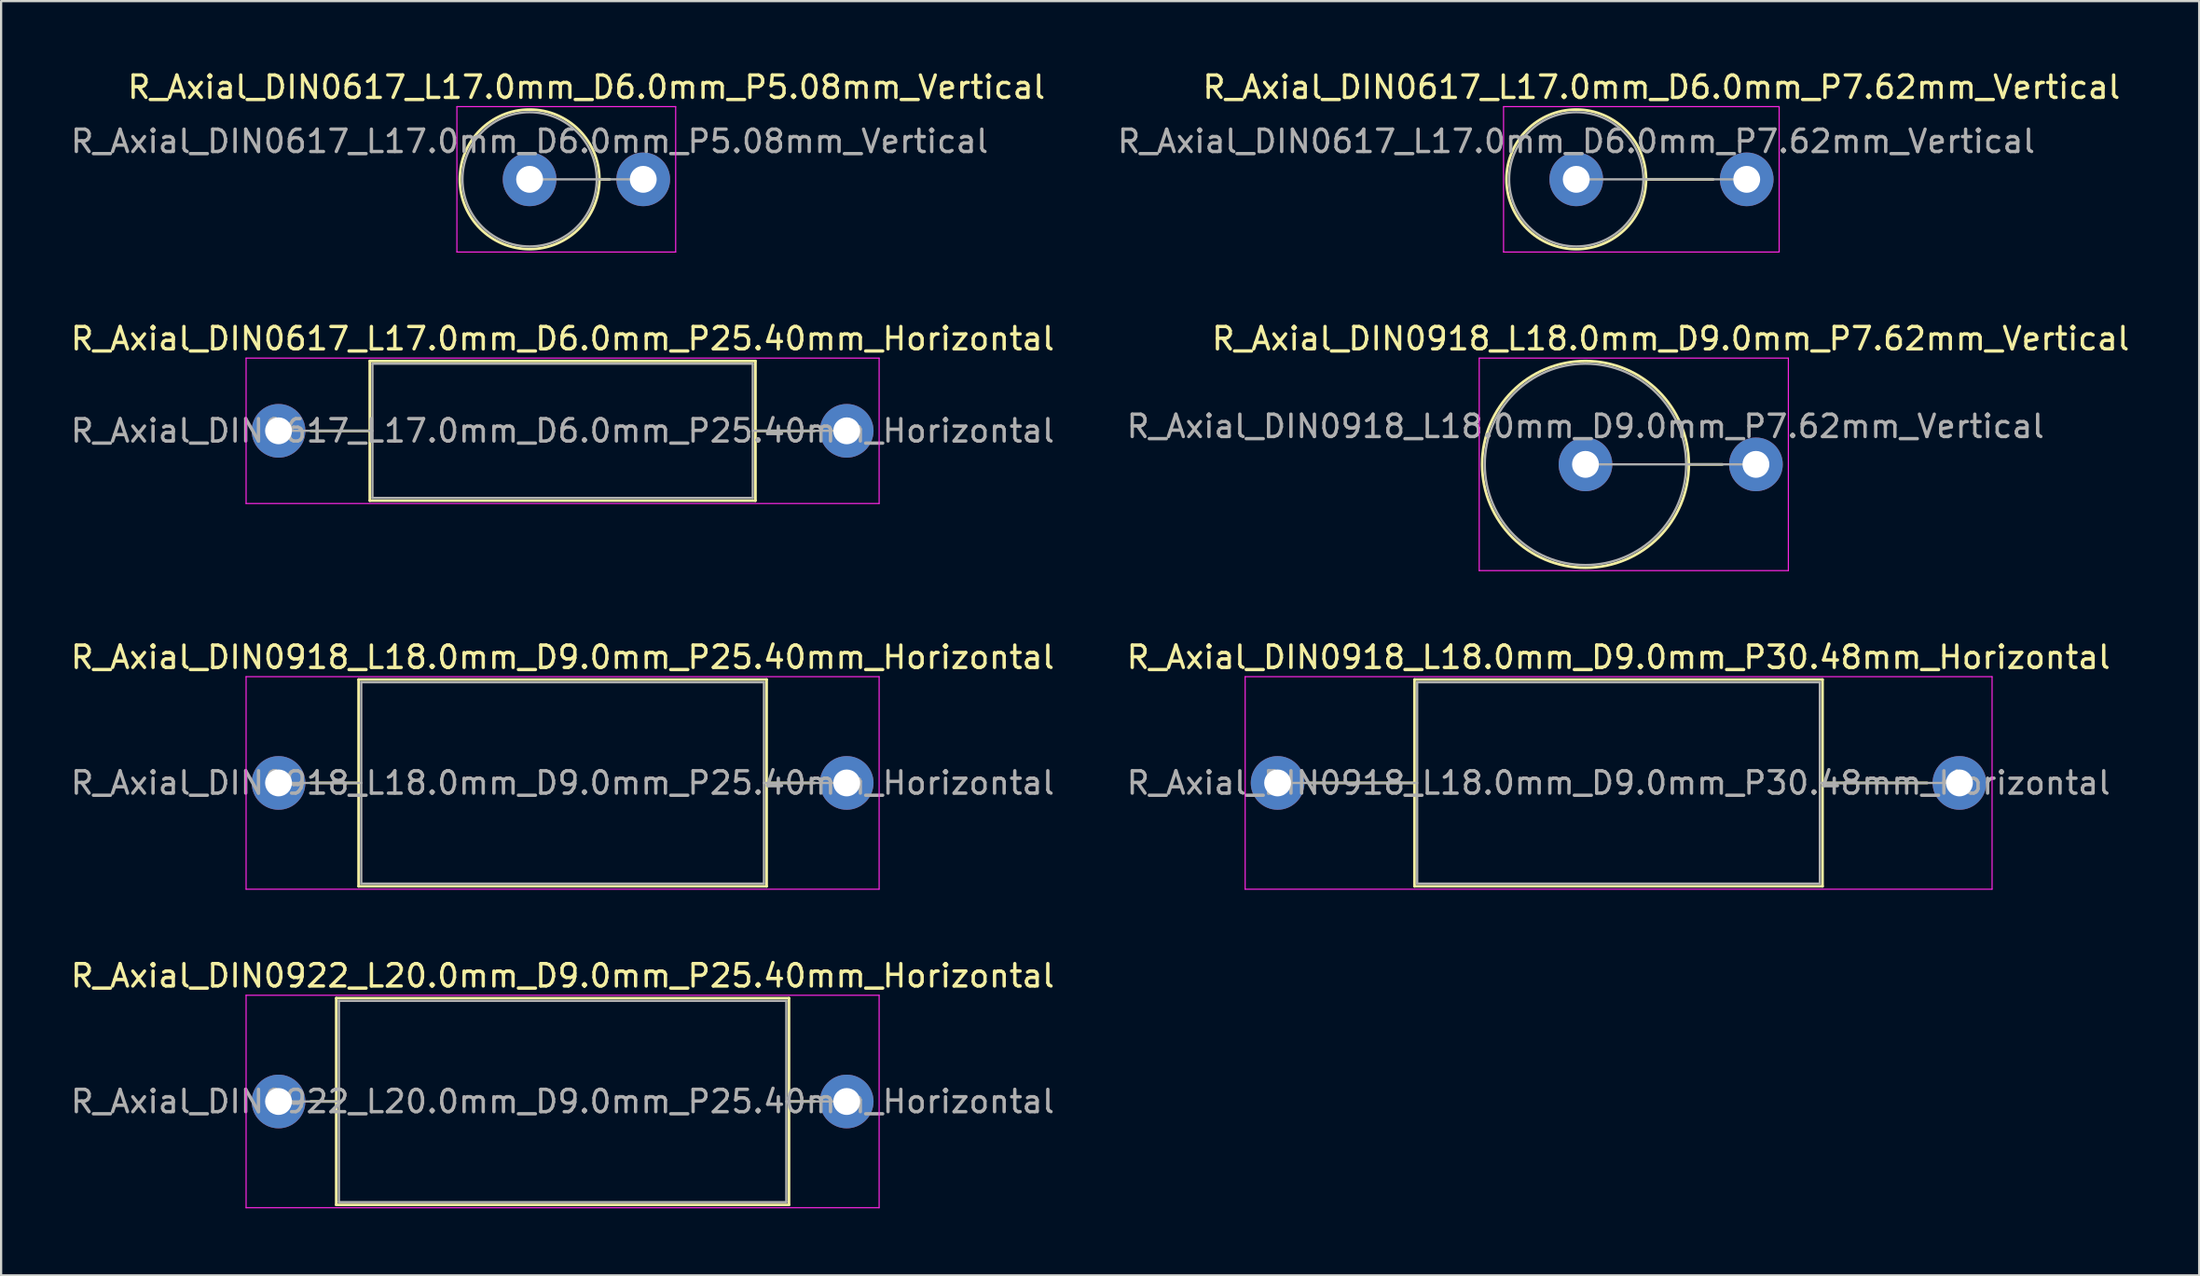
<source format=kicad_pcb>
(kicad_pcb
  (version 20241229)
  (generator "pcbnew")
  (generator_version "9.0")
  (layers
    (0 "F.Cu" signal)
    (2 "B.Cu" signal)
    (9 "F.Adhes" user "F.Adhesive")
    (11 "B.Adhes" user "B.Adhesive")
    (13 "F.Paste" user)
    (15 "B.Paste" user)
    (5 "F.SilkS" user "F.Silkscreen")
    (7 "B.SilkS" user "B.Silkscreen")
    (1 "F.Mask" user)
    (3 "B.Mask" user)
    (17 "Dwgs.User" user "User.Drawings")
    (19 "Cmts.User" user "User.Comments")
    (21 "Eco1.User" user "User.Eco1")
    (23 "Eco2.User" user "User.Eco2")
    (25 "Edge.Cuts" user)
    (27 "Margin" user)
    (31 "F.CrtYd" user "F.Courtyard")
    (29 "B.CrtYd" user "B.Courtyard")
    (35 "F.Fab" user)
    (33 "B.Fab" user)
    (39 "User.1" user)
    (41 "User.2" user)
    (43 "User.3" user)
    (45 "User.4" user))
  (footprint "R_Axial_DIN0617_L17.0mm_D6.0mm_P25.40mm_Horizontal"
    (layer "F.Cu")
    (at 9.401 16.212)
    (property "Reference" "R_Axial_DIN0617_L17.0mm_D6.0mm_P25.40mm_Horizontal" (at 12.7 -4.12 0) (layer "F.SilkS") (effects (font (size 1 1) (thickness 0.15))))
    (attr through_hole)
    (fp_line (start 1.44 0) (end 4.08 0) (stroke (width 0.12) (type solid)) (layer "F.SilkS"))
    (fp_line (start 4.08 -3.12) (end 4.08 3.12) (stroke (width 0.12) (type solid)) (layer "F.SilkS"))
    (fp_line (start 4.08 3.12) (end 21.32 3.12) (stroke (width 0.12) (type solid)) (layer "F.SilkS"))
    (fp_line (start 21.32 -3.12) (end 4.08 -3.12) (stroke (width 0.12) (type solid)) (layer "F.SilkS"))
    (fp_line (start 21.32 3.12) (end 21.32 -3.12) (stroke (width 0.12) (type solid)) (layer "F.SilkS"))
    (fp_line (start 23.96 0) (end 21.32 0) (stroke (width 0.12) (type solid)) (layer "F.SilkS"))
    (fp_line (start -1.45 -3.25) (end -1.45 3.25) (stroke (width 0.05) (type solid)) (layer "F.CrtYd"))
    (fp_line (start -1.45 3.25) (end 26.85 3.25) (stroke (width 0.05) (type solid)) (layer "F.CrtYd"))
    (fp_line (start 26.85 -3.25) (end -1.45 -3.25) (stroke (width 0.05) (type solid)) (layer "F.CrtYd"))
    (fp_line (start 26.85 3.25) (end 26.85 -3.25) (stroke (width 0.05) (type solid)) (layer "F.CrtYd"))
    (fp_line (start 0 0) (end 4.2 0) (stroke (width 0.1) (type solid)) (layer "F.Fab"))
    (fp_line (start 4.2 -3) (end 4.2 3) (stroke (width 0.1) (type solid)) (layer "F.Fab"))
    (fp_line (start 4.2 3) (end 21.2 3) (stroke (width 0.1) (type solid)) (layer "F.Fab"))
    (fp_line (start 21.2 -3) (end 4.2 -3) (stroke (width 0.1) (type solid)) (layer "F.Fab"))
    (fp_line (start 21.2 3) (end 21.2 -3) (stroke (width 0.1) (type solid)) (layer "F.Fab"))
    (fp_line (start 25.4 0) (end 21.2 0) (stroke (width 0.1) (type solid)) (layer "F.Fab"))
    (fp_text user "${REFERENCE}" (at 12.7 0 0) (layer "F.Fab") (effects (font (size 1 1) (thickness 0.15))))
    (pad "1" thru_hole circle (at 0 0) (size 2.4 2.4) (drill 1.2) (layers "*.Cu" "*.Mask"))
    (pad "2" thru_hole oval (at 25.4 0) (size 2.4 2.4) (drill 1.2) (layers "*.Cu" "*.Mask")))
  (footprint "R_Axial_DIN0918_L18.0mm_D9.0mm_P7.62mm_Vertical"
    (layer "F.Cu")
    (at 67.827 17.712)
    (property "Reference" "R_Axial_DIN0918_L18.0mm_D9.0mm_P7.62mm_Vertical" (at 3.81 -5.62 0) (layer "F.SilkS") (effects (font (size 1 1) (thickness 0.15))))
    (attr through_hole)
    (fp_line (start 4.62 0) (end 6.12 0) (stroke (width 0.12) (type solid)) (layer "F.SilkS"))
    (fp_circle (center 0 0) (end 4.62 0) (stroke (width 0.12) (type solid)) (fill no) (layer "F.SilkS"))
    (fp_line (start -4.75 -4.75) (end -4.75 4.75) (stroke (width 0.05) (type solid)) (layer "F.CrtYd"))
    (fp_line (start -4.75 4.75) (end 9.07 4.75) (stroke (width 0.05) (type solid)) (layer "F.CrtYd"))
    (fp_line (start 9.07 -4.75) (end -4.75 -4.75) (stroke (width 0.05) (type solid)) (layer "F.CrtYd"))
    (fp_line (start 9.07 4.75) (end 9.07 -4.75) (stroke (width 0.05) (type solid)) (layer "F.CrtYd"))
    (fp_line (start 0 0) (end 7.62 0) (stroke (width 0.1) (type solid)) (layer "F.Fab"))
    (fp_circle (center 0 0) (end 4.5 0) (stroke (width 0.1) (type solid)) (fill no) (layer "F.Fab"))
    (fp_text user "${REFERENCE}" (at 0 -1.7 0) (layer "F.Fab") (effects (font (size 1 1) (thickness 0.15))))
    (pad "1" thru_hole circle (at 0 0) (size 2.4 2.4) (drill 1.2) (layers "*.Cu" "*.Mask"))
    (pad "2" thru_hole oval (at 7.62 0) (size 2.4 2.4) (drill 1.2) (layers "*.Cu" "*.Mask")))
  (footprint "R_Axial_DIN0922_L20.0mm_D9.0mm_P25.40mm_Horizontal"
    (layer "F.Cu")
    (at 9.401 46.198)
    (property "Reference" "R_Axial_DIN0922_L20.0mm_D9.0mm_P25.40mm_Horizontal" (at 12.7 -5.62 0) (layer "F.SilkS") (effects (font (size 1 1) (thickness 0.15))))
    (attr through_hole)
    (fp_line (start 1.44 0) (end 2.58 0) (stroke (width 0.12) (type solid)) (layer "F.SilkS"))
    (fp_line (start 2.58 -4.62) (end 2.58 4.62) (stroke (width 0.12) (type solid)) (layer "F.SilkS"))
    (fp_line (start 2.58 4.62) (end 22.82 4.62) (stroke (width 0.12) (type solid)) (layer "F.SilkS"))
    (fp_line (start 22.82 -4.62) (end 2.58 -4.62) (stroke (width 0.12) (type solid)) (layer "F.SilkS"))
    (fp_line (start 22.82 4.62) (end 22.82 -4.62) (stroke (width 0.12) (type solid)) (layer "F.SilkS"))
    (fp_line (start 23.96 0) (end 22.82 0) (stroke (width 0.12) (type solid)) (layer "F.SilkS"))
    (fp_line (start -1.45 -4.75) (end -1.45 4.75) (stroke (width 0.05) (type solid)) (layer "F.CrtYd"))
    (fp_line (start -1.45 4.75) (end 26.85 4.75) (stroke (width 0.05) (type solid)) (layer "F.CrtYd"))
    (fp_line (start 26.85 -4.75) (end -1.45 -4.75) (stroke (width 0.05) (type solid)) (layer "F.CrtYd"))
    (fp_line (start 26.85 4.75) (end 26.85 -4.75) (stroke (width 0.05) (type solid)) (layer "F.CrtYd"))
    (fp_line (start 0 0) (end 2.7 0) (stroke (width 0.1) (type solid)) (layer "F.Fab"))
    (fp_line (start 2.7 -4.5) (end 2.7 4.5) (stroke (width 0.1) (type solid)) (layer "F.Fab"))
    (fp_line (start 2.7 4.5) (end 22.7 4.5) (stroke (width 0.1) (type solid)) (layer "F.Fab"))
    (fp_line (start 22.7 -4.5) (end 2.7 -4.5) (stroke (width 0.1) (type solid)) (layer "F.Fab"))
    (fp_line (start 22.7 4.5) (end 22.7 -4.5) (stroke (width 0.1) (type solid)) (layer "F.Fab"))
    (fp_line (start 25.4 0) (end 22.7 0) (stroke (width 0.1) (type solid)) (layer "F.Fab"))
    (fp_text user "${REFERENCE}" (at 12.7 0 0) (layer "F.Fab") (effects (font (size 1 1) (thickness 0.15))))
    (pad "1" thru_hole circle (at 0 0) (size 2.4 2.4) (drill 1.2) (layers "*.Cu" "*.Mask"))
    (pad "2" thru_hole oval (at 25.4 0) (size 2.4 2.4) (drill 1.2) (layers "*.Cu" "*.Mask")))
  (footprint "R_Axial_DIN0617_L17.0mm_D6.0mm_P5.08mm_Vertical"
    (layer "F.Cu")
    (at 20.625 4.968)
    (property "Reference" "R_Axial_DIN0617_L17.0mm_D6.0mm_P5.08mm_Vertical" (at 2.54 -4.12 0) (layer "F.SilkS") (effects (font (size 1 1) (thickness 0.15))))
    (attr through_hole)
    (fp_line (start 3.12 0) (end 3.58 0) (stroke (width 0.12) (type solid)) (layer "F.SilkS"))
    (fp_circle (center 0 0) (end 3.12 0) (stroke (width 0.12) (type solid)) (fill no) (layer "F.SilkS"))
    (fp_line (start -3.25 -3.25) (end -3.25 3.25) (stroke (width 0.05) (type solid)) (layer "F.CrtYd"))
    (fp_line (start -3.25 3.25) (end 6.53 3.25) (stroke (width 0.05) (type solid)) (layer "F.CrtYd"))
    (fp_line (start 6.53 -3.25) (end -3.25 -3.25) (stroke (width 0.05) (type solid)) (layer "F.CrtYd"))
    (fp_line (start 6.53 3.25) (end 6.53 -3.25) (stroke (width 0.05) (type solid)) (layer "F.CrtYd"))
    (fp_line (start 0 0) (end 5.08 0) (stroke (width 0.1) (type solid)) (layer "F.Fab"))
    (fp_circle (center 0 0) (end 3 0) (stroke (width 0.1) (type solid)) (fill no) (layer "F.Fab"))
    (fp_text user "${REFERENCE}" (at 0 -1.7 0) (layer "F.Fab") (effects (font (size 1 1) (thickness 0.15))))
    (pad "1" thru_hole circle (at 0 0) (size 2.4 2.4) (drill 1.2) (layers "*.Cu" "*.Mask"))
    (pad "2" thru_hole oval (at 5.08 0) (size 2.4 2.4) (drill 1.2) (layers "*.Cu" "*.Mask")))
  (footprint "R_Axial_DIN0918_L18.0mm_D9.0mm_P25.40mm_Horizontal"
    (layer "F.Cu")
    (at 9.401 31.955)
    (property "Reference" "R_Axial_DIN0918_L18.0mm_D9.0mm_P25.40mm_Horizontal" (at 12.7 -5.62 0) (layer "F.SilkS") (effects (font (size 1 1) (thickness 0.15))))
    (attr through_hole)
    (fp_line (start 1.44 0) (end 3.58 0) (stroke (width 0.12) (type solid)) (layer "F.SilkS"))
    (fp_line (start 3.58 -4.62) (end 3.58 4.62) (stroke (width 0.12) (type solid)) (layer "F.SilkS"))
    (fp_line (start 3.58 4.62) (end 21.82 4.62) (stroke (width 0.12) (type solid)) (layer "F.SilkS"))
    (fp_line (start 21.82 -4.62) (end 3.58 -4.62) (stroke (width 0.12) (type solid)) (layer "F.SilkS"))
    (fp_line (start 21.82 4.62) (end 21.82 -4.62) (stroke (width 0.12) (type solid)) (layer "F.SilkS"))
    (fp_line (start 23.96 0) (end 21.82 0) (stroke (width 0.12) (type solid)) (layer "F.SilkS"))
    (fp_line (start -1.45 -4.75) (end -1.45 4.75) (stroke (width 0.05) (type solid)) (layer "F.CrtYd"))
    (fp_line (start -1.45 4.75) (end 26.85 4.75) (stroke (width 0.05) (type solid)) (layer "F.CrtYd"))
    (fp_line (start 26.85 -4.75) (end -1.45 -4.75) (stroke (width 0.05) (type solid)) (layer "F.CrtYd"))
    (fp_line (start 26.85 4.75) (end 26.85 -4.75) (stroke (width 0.05) (type solid)) (layer "F.CrtYd"))
    (fp_line (start 0 0) (end 3.7 0) (stroke (width 0.1) (type solid)) (layer "F.Fab"))
    (fp_line (start 3.7 -4.5) (end 3.7 4.5) (stroke (width 0.1) (type solid)) (layer "F.Fab"))
    (fp_line (start 3.7 4.5) (end 21.7 4.5) (stroke (width 0.1) (type solid)) (layer "F.Fab"))
    (fp_line (start 21.7 -4.5) (end 3.7 -4.5) (stroke (width 0.1) (type solid)) (layer "F.Fab"))
    (fp_line (start 21.7 4.5) (end 21.7 -4.5) (stroke (width 0.1) (type solid)) (layer "F.Fab"))
    (fp_line (start 25.4 0) (end 21.7 0) (stroke (width 0.1) (type solid)) (layer "F.Fab"))
    (fp_text user "${REFERENCE}" (at 12.7 0 0) (layer "F.Fab") (effects (font (size 1 1) (thickness 0.15))))
    (pad "1" thru_hole circle (at 0 0) (size 2.4 2.4) (drill 1.2) (layers "*.Cu" "*.Mask"))
    (pad "2" thru_hole oval (at 25.4 0) (size 2.4 2.4) (drill 1.2) (layers "*.Cu" "*.Mask")))
  (footprint "R_Axial_DIN0617_L17.0mm_D6.0mm_P7.62mm_Vertical"
    (layer "F.Cu")
    (at 67.415 4.968)
    (property "Reference" "R_Axial_DIN0617_L17.0mm_D6.0mm_P7.62mm_Vertical" (at 3.81 -4.12 0) (layer "F.SilkS") (effects (font (size 1 1) (thickness 0.15))))
    (attr through_hole)
    (fp_line (start 3.12 0) (end 6.12 0) (stroke (width 0.12) (type solid)) (layer "F.SilkS"))
    (fp_circle (center 0 0) (end 3.12 0) (stroke (width 0.12) (type solid)) (fill no) (layer "F.SilkS"))
    (fp_line (start -3.25 -3.25) (end -3.25 3.25) (stroke (width 0.05) (type solid)) (layer "F.CrtYd"))
    (fp_line (start -3.25 3.25) (end 9.07 3.25) (stroke (width 0.05) (type solid)) (layer "F.CrtYd"))
    (fp_line (start 9.07 -3.25) (end -3.25 -3.25) (stroke (width 0.05) (type solid)) (layer "F.CrtYd"))
    (fp_line (start 9.07 3.25) (end 9.07 -3.25) (stroke (width 0.05) (type solid)) (layer "F.CrtYd"))
    (fp_line (start 0 0) (end 7.62 0) (stroke (width 0.1) (type solid)) (layer "F.Fab"))
    (fp_circle (center 0 0) (end 3 0) (stroke (width 0.1) (type solid)) (fill no) (layer "F.Fab"))
    (fp_text user "${REFERENCE}" (at 0 -1.7 0) (layer "F.Fab") (effects (font (size 1 1) (thickness 0.15))))
    (pad "1" thru_hole circle (at 0 0) (size 2.4 2.4) (drill 1.2) (layers "*.Cu" "*.Mask"))
    (pad "2" thru_hole oval (at 7.62 0) (size 2.4 2.4) (drill 1.2) (layers "*.Cu" "*.Mask")))
  (footprint "R_Axial_DIN0918_L18.0mm_D9.0mm_P30.48mm_Horizontal"
    (layer "F.Cu")
    (at 54.064 31.955)
    (property "Reference" "R_Axial_DIN0918_L18.0mm_D9.0mm_P30.48mm_Horizontal" (at 15.24 -5.62 0) (layer "F.SilkS") (effects (font (size 1 1) (thickness 0.15))))
    (attr through_hole)
    (fp_line (start 1.44 0) (end 6.12 0) (stroke (width 0.12) (type solid)) (layer "F.SilkS"))
    (fp_line (start 6.12 -4.62) (end 6.12 4.62) (stroke (width 0.12) (type solid)) (layer "F.SilkS"))
    (fp_line (start 6.12 4.62) (end 24.36 4.62) (stroke (width 0.12) (type solid)) (layer "F.SilkS"))
    (fp_line (start 24.36 -4.62) (end 6.12 -4.62) (stroke (width 0.12) (type solid)) (layer "F.SilkS"))
    (fp_line (start 24.36 4.62) (end 24.36 -4.62) (stroke (width 0.12) (type solid)) (layer "F.SilkS"))
    (fp_line (start 29.04 0) (end 24.36 0) (stroke (width 0.12) (type solid)) (layer "F.SilkS"))
    (fp_line (start -1.45 -4.75) (end -1.45 4.75) (stroke (width 0.05) (type solid)) (layer "F.CrtYd"))
    (fp_line (start -1.45 4.75) (end 31.94 4.75) (stroke (width 0.05) (type solid)) (layer "F.CrtYd"))
    (fp_line (start 31.94 -4.75) (end -1.45 -4.75) (stroke (width 0.05) (type solid)) (layer "F.CrtYd"))
    (fp_line (start 31.94 4.75) (end 31.94 -4.75) (stroke (width 0.05) (type solid)) (layer "F.CrtYd"))
    (fp_line (start 0 0) (end 6.24 0) (stroke (width 0.1) (type solid)) (layer "F.Fab"))
    (fp_line (start 6.24 -4.5) (end 6.24 4.5) (stroke (width 0.1) (type solid)) (layer "F.Fab"))
    (fp_line (start 6.24 4.5) (end 24.24 4.5) (stroke (width 0.1) (type solid)) (layer "F.Fab"))
    (fp_line (start 24.24 -4.5) (end 6.24 -4.5) (stroke (width 0.1) (type solid)) (layer "F.Fab"))
    (fp_line (start 24.24 4.5) (end 24.24 -4.5) (stroke (width 0.1) (type solid)) (layer "F.Fab"))
    (fp_line (start 30.48 0) (end 24.24 0) (stroke (width 0.1) (type solid)) (layer "F.Fab"))
    (fp_text user "${REFERENCE}" (at 15.24 0 0) (layer "F.Fab") (effects (font (size 1 1) (thickness 0.15))))
    (pad "1" thru_hole circle (at 0 0) (size 2.4 2.4) (drill 1.2) (layers "*.Cu" "*.Mask"))
    (pad "2" thru_hole oval (at 30.48 0) (size 2.4 2.4) (drill 1.2) (layers "*.Cu" "*.Mask")))
  (gr_rect
    (start -3 -3)
    (end 95.262 53.973)
    (stroke (width 0.1) (type default))
    (fill no)
    (layer "Edge.Cuts")))
</source>
